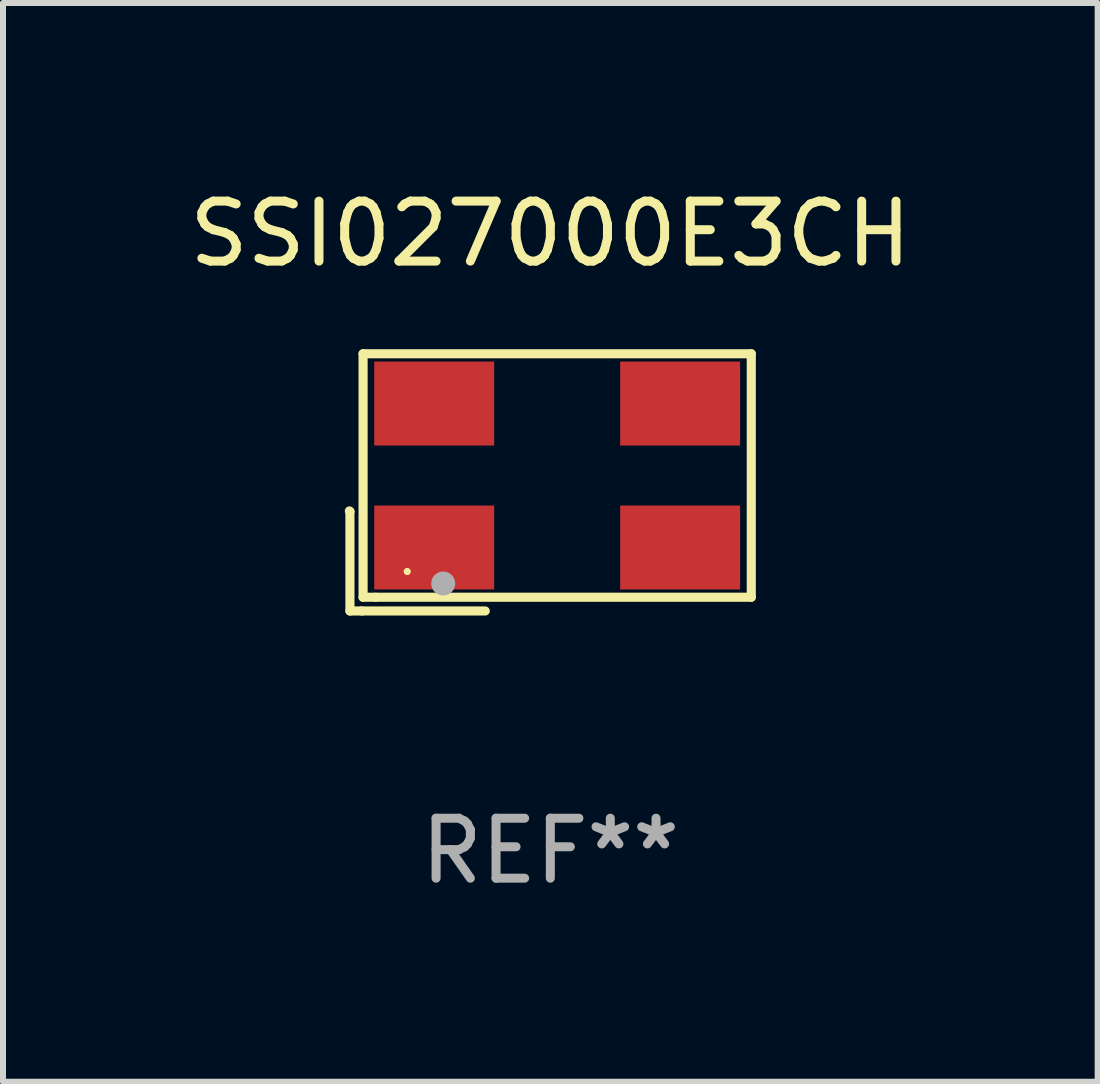
<source format=kicad_pcb>
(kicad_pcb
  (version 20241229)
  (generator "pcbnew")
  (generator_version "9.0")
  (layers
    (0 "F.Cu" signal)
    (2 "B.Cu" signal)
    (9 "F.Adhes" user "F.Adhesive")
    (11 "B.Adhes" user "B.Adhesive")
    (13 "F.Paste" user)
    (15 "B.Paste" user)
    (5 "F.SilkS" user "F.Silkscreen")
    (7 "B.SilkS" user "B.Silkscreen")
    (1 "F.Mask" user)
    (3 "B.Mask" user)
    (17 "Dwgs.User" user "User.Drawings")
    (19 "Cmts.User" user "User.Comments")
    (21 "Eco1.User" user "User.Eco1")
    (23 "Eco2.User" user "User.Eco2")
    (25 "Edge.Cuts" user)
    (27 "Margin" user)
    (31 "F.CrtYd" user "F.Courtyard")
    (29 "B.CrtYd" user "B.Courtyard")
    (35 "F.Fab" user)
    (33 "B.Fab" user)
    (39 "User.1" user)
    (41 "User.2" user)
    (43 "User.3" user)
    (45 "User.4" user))
  (footprint "SSI027000E3CH"
    (layer "F.Cu")
    (at 6.125 4.992)
    (property "Reference" "SSI027000E3CH" (at 0 -4.144 0) (layer "F.SilkS") (effects (font (size 1 1) (thickness 0.15))))
    (attr through_hole)
    (fp_line (start -3.35 0.476) (end -3.341 0.485) (stroke (width 0.152) (type solid)) (layer "F.SilkS"))
    (fp_line (start -3.341 0.485) (end -3.341 2.144) (stroke (width 0.152) (type solid)) (layer "F.SilkS"))
    (fp_line (start -3.341 2.144) (end -3.143 2.144) (stroke (width 0.152) (type solid)) (layer "F.SilkS"))
    (fp_line (start -3.143 2.144) (end -1.085 2.144) (stroke (width 0.152) (type solid)) (layer "F.SilkS"))
    (fp_line (start -3.122 -2.144) (end 3.35 -2.144) (stroke (width 0.152) (type solid)) (layer "F.SilkS"))
    (fp_line (start -3.122 1.915) (end -3.122 -2.144) (stroke (width 0.152) (type solid)) (layer "F.SilkS"))
    (fp_line (start -2.914 1.915) (end -3.122 1.915) (stroke (width 0.152) (type solid)) (layer "F.SilkS"))
    (fp_line (start 3.35 -2.144) (end 3.35 1.915) (stroke (width 0.152) (type solid)) (layer "F.SilkS"))
    (fp_line (start 3.35 1.915) (end -2.914 1.915) (stroke (width 0.152) (type solid)) (layer "F.SilkS"))
    (fp_circle (center -2.386 1.486) (end -2.356 1.486) (stroke (width 0.06) (type solid)) (fill no) (layer "F.SilkS"))
    (fp_circle (center -1.786 1.686) (end -1.686 1.686) (stroke (width 0.2) (type solid)) (fill no) (layer "F.Fab"))
    (fp_text user "REF**" (at 0 6.144 0) (layer "F.Fab") (effects (font (size 1 1) (thickness 0.15))))
    (pad "1" smd rect (at -1.936 1.086) (size 2 1.4) (layers "F.Cu" "F.Mask" "F.Paste"))
    (pad "2" smd rect (at 2.164 1.086) (size 2 1.4) (layers "F.Cu" "F.Mask" "F.Paste"))
    (pad "3" smd rect (at 2.164 -1.314) (size 2 1.4) (layers "F.Cu" "F.Mask" "F.Paste"))
    (pad "4" smd rect (at -1.936 -1.314) (size 2 1.4) (layers "F.Cu" "F.Mask" "F.Paste")))
  (gr_rect
    (start -3 -3)
    (end 15.25 14.984)
    (stroke (width 0.1) (type default))
    (fill no)
    (layer "Edge.Cuts")))
</source>
